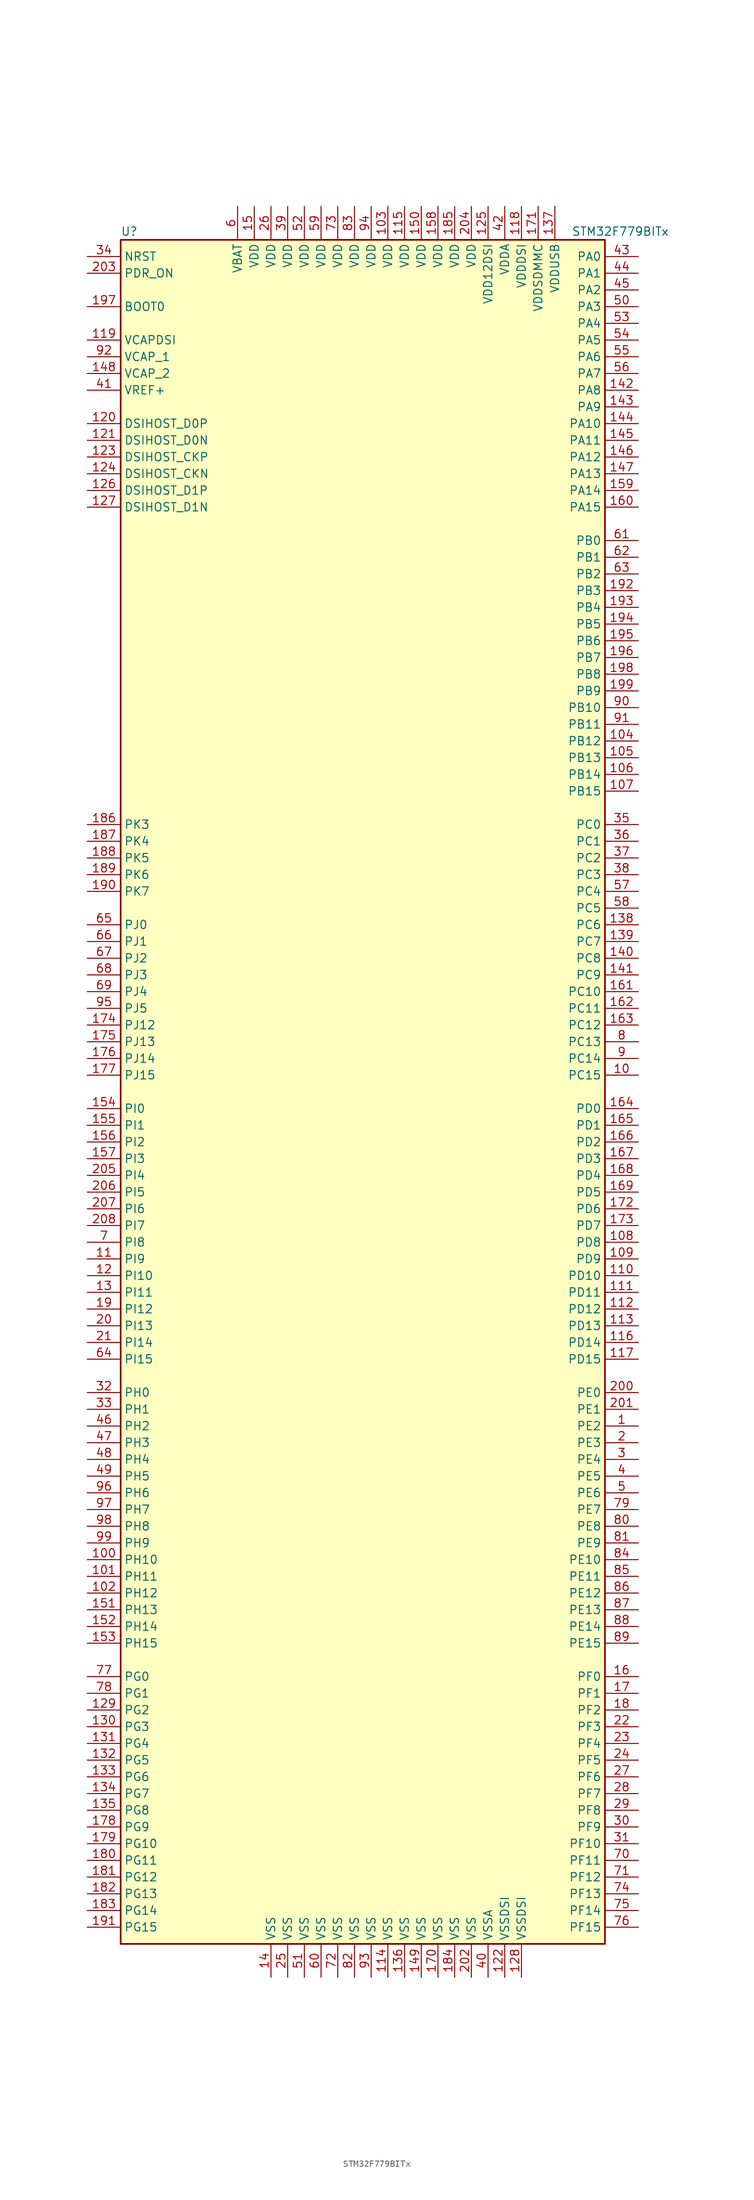
<source format=kicad_sym>
(kicad_symbol_lib
  (version 20211014)
  (generator kicad_symbol_editor)
  (symbol "STM32F779BITx"
    (property "Reference" "U"
      (at -38.1 130.81 0)
      (effects (font (size 1.27 1.27)) (justify left)))
    (property "Value" "STM32F779BITx"
      (at 30.48 130.81 0)
      (effects (font (size 1.27 1.27)) (justify left)))
    (symbol "STM32F779BITx_0_1"
      (rectangle (start -38.1 -129.54) (end 35.56 129.54) (stroke (width 0.254) (type default) (color 0 0 0 0)) (fill (type background))))
    (symbol "STM32F779BITx_1_1"
      (pin bidirectional line (at 40.64 -50.8 180) (length 5.08) (name "PE2" (effects (font (size 1.27 1.27)))) (number "1" (effects (font (size 1.27 1.27)))))
      (pin bidirectional line (at 40.64 2.54 180) (length 5.08) (name "PC15" (effects (font (size 1.27 1.27)))) (number "10" (effects (font (size 1.27 1.27)))))
      (pin bidirectional line (at -43.18 -71.12 0) (length 5.08) (name "PH10" (effects (font (size 1.27 1.27)))) (number "100" (effects (font (size 1.27 1.27)))))
      (pin bidirectional line (at -43.18 -73.66 0) (length 5.08) (name "PH11" (effects (font (size 1.27 1.27)))) (number "101" (effects (font (size 1.27 1.27)))))
      (pin bidirectional line (at -43.18 -76.2 0) (length 5.08) (name "PH12" (effects (font (size 1.27 1.27)))) (number "102" (effects (font (size 1.27 1.27)))))
      (pin power_in line (at 2.54 134.62 270) (length 5.08) (name "VDD" (effects (font (size 1.27 1.27)))) (number "103" (effects (font (size 1.27 1.27)))))
      (pin bidirectional line (at 40.64 53.34 180) (length 5.08) (name "PB12" (effects (font (size 1.27 1.27)))) (number "104" (effects (font (size 1.27 1.27)))))
      (pin bidirectional line (at 40.64 50.8 180) (length 5.08) (name "PB13" (effects (font (size 1.27 1.27)))) (number "105" (effects (font (size 1.27 1.27)))))
      (pin bidirectional line (at 40.64 48.26 180) (length 5.08) (name "PB14" (effects (font (size 1.27 1.27)))) (number "106" (effects (font (size 1.27 1.27)))))
      (pin bidirectional line (at 40.64 45.72 180) (length 5.08) (name "PB15" (effects (font (size 1.27 1.27)))) (number "107" (effects (font (size 1.27 1.27)))))
      (pin bidirectional line (at 40.64 -22.86 180) (length 5.08) (name "PD8" (effects (font (size 1.27 1.27)))) (number "108" (effects (font (size 1.27 1.27)))))
      (pin bidirectional line (at 40.64 -25.4 180) (length 5.08) (name "PD9" (effects (font (size 1.27 1.27)))) (number "109" (effects (font (size 1.27 1.27)))))
      (pin bidirectional line (at -43.18 -25.4 0) (length 5.08) (name "PI9" (effects (font (size 1.27 1.27)))) (number "11" (effects (font (size 1.27 1.27)))))
      (pin bidirectional line (at 40.64 -27.94 180) (length 5.08) (name "PD10" (effects (font (size 1.27 1.27)))) (number "110" (effects (font (size 1.27 1.27)))))
      (pin bidirectional line (at 40.64 -30.48 180) (length 5.08) (name "PD11" (effects (font (size 1.27 1.27)))) (number "111" (effects (font (size 1.27 1.27)))))
      (pin bidirectional line (at 40.64 -33.02 180) (length 5.08) (name "PD12" (effects (font (size 1.27 1.27)))) (number "112" (effects (font (size 1.27 1.27)))))
      (pin bidirectional line (at 40.64 -35.56 180) (length 5.08) (name "PD13" (effects (font (size 1.27 1.27)))) (number "113" (effects (font (size 1.27 1.27)))))
      (pin power_in line (at 2.54 -134.62 90) (length 5.08) (name "VSS" (effects (font (size 1.27 1.27)))) (number "114" (effects (font (size 1.27 1.27)))))
      (pin power_in line (at 5.08 134.62 270) (length 5.08) (name "VDD" (effects (font (size 1.27 1.27)))) (number "115" (effects (font (size 1.27 1.27)))))
      (pin bidirectional line (at 40.64 -38.1 180) (length 5.08) (name "PD14" (effects (font (size 1.27 1.27)))) (number "116" (effects (font (size 1.27 1.27)))))
      (pin bidirectional line (at 40.64 -40.64 180) (length 5.08) (name "PD15" (effects (font (size 1.27 1.27)))) (number "117" (effects (font (size 1.27 1.27)))))
      (pin power_in line (at 22.86 134.62 270) (length 5.08) (name "VDDDSI" (effects (font (size 1.27 1.27)))) (number "118" (effects (font (size 1.27 1.27)))))
      (pin power_in line (at -43.18 114.3 0) (length 5.08) (name "VCAPDSI" (effects (font (size 1.27 1.27)))) (number "119" (effects (font (size 1.27 1.27)))))
      (pin bidirectional line (at -43.18 -27.94 0) (length 5.08) (name "PI10" (effects (font (size 1.27 1.27)))) (number "12" (effects (font (size 1.27 1.27)))))
      (pin bidirectional line (at -43.18 101.6 0) (length 5.08) (name "DSIHOST_D0P" (effects (font (size 1.27 1.27)))) (number "120" (effects (font (size 1.27 1.27)))))
      (pin bidirectional line (at -43.18 99.06 0) (length 5.08) (name "DSIHOST_D0N" (effects (font (size 1.27 1.27)))) (number "121" (effects (font (size 1.27 1.27)))))
      (pin power_in line (at 20.32 -134.62 90) (length 5.08) (name "VSSDSI" (effects (font (size 1.27 1.27)))) (number "122" (effects (font (size 1.27 1.27)))))
      (pin bidirectional line (at -43.18 96.52 0) (length 5.08) (name "DSIHOST_CKP" (effects (font (size 1.27 1.27)))) (number "123" (effects (font (size 1.27 1.27)))))
      (pin bidirectional line (at -43.18 93.98 0) (length 5.08) (name "DSIHOST_CKN" (effects (font (size 1.27 1.27)))) (number "124" (effects (font (size 1.27 1.27)))))
      (pin power_in line (at 17.78 134.62 270) (length 5.08) (name "VDD12DSI" (effects (font (size 1.27 1.27)))) (number "125" (effects (font (size 1.27 1.27)))))
      (pin bidirectional line (at -43.18 91.44 0) (length 5.08) (name "DSIHOST_D1P" (effects (font (size 1.27 1.27)))) (number "126" (effects (font (size 1.27 1.27)))))
      (pin bidirectional line (at -43.18 88.9 0) (length 5.08) (name "DSIHOST_D1N" (effects (font (size 1.27 1.27)))) (number "127" (effects (font (size 1.27 1.27)))))
      (pin power_in line (at 22.86 -134.62 90) (length 5.08) (name "VSSDSI" (effects (font (size 1.27 1.27)))) (number "128" (effects (font (size 1.27 1.27)))))
      (pin bidirectional line (at -43.18 -93.98 0) (length 5.08) (name "PG2" (effects (font (size 1.27 1.27)))) (number "129" (effects (font (size 1.27 1.27)))))
      (pin bidirectional line (at -43.18 -30.48 0) (length 5.08) (name "PI11" (effects (font (size 1.27 1.27)))) (number "13" (effects (font (size 1.27 1.27)))))
      (pin bidirectional line (at -43.18 -96.52 0) (length 5.08) (name "PG3" (effects (font (size 1.27 1.27)))) (number "130" (effects (font (size 1.27 1.27)))))
      (pin bidirectional line (at -43.18 -99.06 0) (length 5.08) (name "PG4" (effects (font (size 1.27 1.27)))) (number "131" (effects (font (size 1.27 1.27)))))
      (pin bidirectional line (at -43.18 -101.6 0) (length 5.08) (name "PG5" (effects (font (size 1.27 1.27)))) (number "132" (effects (font (size 1.27 1.27)))))
      (pin bidirectional line (at -43.18 -104.14 0) (length 5.08) (name "PG6" (effects (font (size 1.27 1.27)))) (number "133" (effects (font (size 1.27 1.27)))))
      (pin bidirectional line (at -43.18 -106.68 0) (length 5.08) (name "PG7" (effects (font (size 1.27 1.27)))) (number "134" (effects (font (size 1.27 1.27)))))
      (pin bidirectional line (at -43.18 -109.22 0) (length 5.08) (name "PG8" (effects (font (size 1.27 1.27)))) (number "135" (effects (font (size 1.27 1.27)))))
      (pin power_in line (at 5.08 -134.62 90) (length 5.08) (name "VSS" (effects (font (size 1.27 1.27)))) (number "136" (effects (font (size 1.27 1.27)))))
      (pin power_in line (at 27.94 134.62 270) (length 5.08) (name "VDDUSB" (effects (font (size 1.27 1.27)))) (number "137" (effects (font (size 1.27 1.27)))))
      (pin bidirectional line (at 40.64 25.4 180) (length 5.08) (name "PC6" (effects (font (size 1.27 1.27)))) (number "138" (effects (font (size 1.27 1.27)))))
      (pin bidirectional line (at 40.64 22.86 180) (length 5.08) (name "PC7" (effects (font (size 1.27 1.27)))) (number "139" (effects (font (size 1.27 1.27)))))
      (pin power_in line (at -15.24 -134.62 90) (length 5.08) (name "VSS" (effects (font (size 1.27 1.27)))) (number "14" (effects (font (size 1.27 1.27)))))
      (pin bidirectional line (at 40.64 20.32 180) (length 5.08) (name "PC8" (effects (font (size 1.27 1.27)))) (number "140" (effects (font (size 1.27 1.27)))))
      (pin bidirectional line (at 40.64 17.78 180) (length 5.08) (name "PC9" (effects (font (size 1.27 1.27)))) (number "141" (effects (font (size 1.27 1.27)))))
      (pin bidirectional line (at 40.64 106.68 180) (length 5.08) (name "PA8" (effects (font (size 1.27 1.27)))) (number "142" (effects (font (size 1.27 1.27)))))
      (pin bidirectional line (at 40.64 104.14 180) (length 5.08) (name "PA9" (effects (font (size 1.27 1.27)))) (number "143" (effects (font (size 1.27 1.27)))))
      (pin bidirectional line (at 40.64 101.6 180) (length 5.08) (name "PA10" (effects (font (size 1.27 1.27)))) (number "144" (effects (font (size 1.27 1.27)))))
      (pin bidirectional line (at 40.64 99.06 180) (length 5.08) (name "PA11" (effects (font (size 1.27 1.27)))) (number "145" (effects (font (size 1.27 1.27)))))
      (pin bidirectional line (at 40.64 96.52 180) (length 5.08) (name "PA12" (effects (font (size 1.27 1.27)))) (number "146" (effects (font (size 1.27 1.27)))))
      (pin bidirectional line (at 40.64 93.98 180) (length 5.08) (name "PA13" (effects (font (size 1.27 1.27)))) (number "147" (effects (font (size 1.27 1.27)))))
      (pin power_in line (at -43.18 109.22 0) (length 5.08) (name "VCAP_2" (effects (font (size 1.27 1.27)))) (number "148" (effects (font (size 1.27 1.27)))))
      (pin power_in line (at 7.62 -134.62 90) (length 5.08) (name "VSS" (effects (font (size 1.27 1.27)))) (number "149" (effects (font (size 1.27 1.27)))))
      (pin power_in line (at -17.78 134.62 270) (length 5.08) (name "VDD" (effects (font (size 1.27 1.27)))) (number "15" (effects (font (size 1.27 1.27)))))
      (pin power_in line (at 7.62 134.62 270) (length 5.08) (name "VDD" (effects (font (size 1.27 1.27)))) (number "150" (effects (font (size 1.27 1.27)))))
      (pin bidirectional line (at -43.18 -78.74 0) (length 5.08) (name "PH13" (effects (font (size 1.27 1.27)))) (number "151" (effects (font (size 1.27 1.27)))))
      (pin bidirectional line (at -43.18 -81.28 0) (length 5.08) (name "PH14" (effects (font (size 1.27 1.27)))) (number "152" (effects (font (size 1.27 1.27)))))
      (pin bidirectional line (at -43.18 -83.82 0) (length 5.08) (name "PH15" (effects (font (size 1.27 1.27)))) (number "153" (effects (font (size 1.27 1.27)))))
      (pin bidirectional line (at -43.18 -2.54 0) (length 5.08) (name "PI0" (effects (font (size 1.27 1.27)))) (number "154" (effects (font (size 1.27 1.27)))))
      (pin bidirectional line (at -43.18 -5.08 0) (length 5.08) (name "PI1" (effects (font (size 1.27 1.27)))) (number "155" (effects (font (size 1.27 1.27)))))
      (pin bidirectional line (at -43.18 -7.62 0) (length 5.08) (name "PI2" (effects (font (size 1.27 1.27)))) (number "156" (effects (font (size 1.27 1.27)))))
      (pin bidirectional line (at -43.18 -10.16 0) (length 5.08) (name "PI3" (effects (font (size 1.27 1.27)))) (number "157" (effects (font (size 1.27 1.27)))))
      (pin power_in line (at 10.16 134.62 270) (length 5.08) (name "VDD" (effects (font (size 1.27 1.27)))) (number "158" (effects (font (size 1.27 1.27)))))
      (pin bidirectional line (at 40.64 91.44 180) (length 5.08) (name "PA14" (effects (font (size 1.27 1.27)))) (number "159" (effects (font (size 1.27 1.27)))))
      (pin bidirectional line (at 40.64 -88.9 180) (length 5.08) (name "PF0" (effects (font (size 1.27 1.27)))) (number "16" (effects (font (size 1.27 1.27)))))
      (pin bidirectional line (at 40.64 88.9 180) (length 5.08) (name "PA15" (effects (font (size 1.27 1.27)))) (number "160" (effects (font (size 1.27 1.27)))))
      (pin bidirectional line (at 40.64 15.24 180) (length 5.08) (name "PC10" (effects (font (size 1.27 1.27)))) (number "161" (effects (font (size 1.27 1.27)))))
      (pin bidirectional line (at 40.64 12.7 180) (length 5.08) (name "PC11" (effects (font (size 1.27 1.27)))) (number "162" (effects (font (size 1.27 1.27)))))
      (pin bidirectional line (at 40.64 10.16 180) (length 5.08) (name "PC12" (effects (font (size 1.27 1.27)))) (number "163" (effects (font (size 1.27 1.27)))))
      (pin bidirectional line (at 40.64 -2.54 180) (length 5.08) (name "PD0" (effects (font (size 1.27 1.27)))) (number "164" (effects (font (size 1.27 1.27)))))
      (pin bidirectional line (at 40.64 -5.08 180) (length 5.08) (name "PD1" (effects (font (size 1.27 1.27)))) (number "165" (effects (font (size 1.27 1.27)))))
      (pin bidirectional line (at 40.64 -7.62 180) (length 5.08) (name "PD2" (effects (font (size 1.27 1.27)))) (number "166" (effects (font (size 1.27 1.27)))))
      (pin bidirectional line (at 40.64 -10.16 180) (length 5.08) (name "PD3" (effects (font (size 1.27 1.27)))) (number "167" (effects (font (size 1.27 1.27)))))
      (pin bidirectional line (at 40.64 -12.7 180) (length 5.08) (name "PD4" (effects (font (size 1.27 1.27)))) (number "168" (effects (font (size 1.27 1.27)))))
      (pin bidirectional line (at 40.64 -15.24 180) (length 5.08) (name "PD5" (effects (font (size 1.27 1.27)))) (number "169" (effects (font (size 1.27 1.27)))))
      (pin bidirectional line (at 40.64 -91.44 180) (length 5.08) (name "PF1" (effects (font (size 1.27 1.27)))) (number "17" (effects (font (size 1.27 1.27)))))
      (pin power_in line (at 10.16 -134.62 90) (length 5.08) (name "VSS" (effects (font (size 1.27 1.27)))) (number "170" (effects (font (size 1.27 1.27)))))
      (pin power_in line (at 25.4 134.62 270) (length 5.08) (name "VDDSDMMC" (effects (font (size 1.27 1.27)))) (number "171" (effects (font (size 1.27 1.27)))))
      (pin bidirectional line (at 40.64 -17.78 180) (length 5.08) (name "PD6" (effects (font (size 1.27 1.27)))) (number "172" (effects (font (size 1.27 1.27)))))
      (pin bidirectional line (at 40.64 -20.32 180) (length 5.08) (name "PD7" (effects (font (size 1.27 1.27)))) (number "173" (effects (font (size 1.27 1.27)))))
      (pin bidirectional line (at -43.18 10.16 0) (length 5.08) (name "PJ12" (effects (font (size 1.27 1.27)))) (number "174" (effects (font (size 1.27 1.27)))))
      (pin bidirectional line (at -43.18 7.62 0) (length 5.08) (name "PJ13" (effects (font (size 1.27 1.27)))) (number "175" (effects (font (size 1.27 1.27)))))
      (pin bidirectional line (at -43.18 5.08 0) (length 5.08) (name "PJ14" (effects (font (size 1.27 1.27)))) (number "176" (effects (font (size 1.27 1.27)))))
      (pin bidirectional line (at -43.18 2.54 0) (length 5.08) (name "PJ15" (effects (font (size 1.27 1.27)))) (number "177" (effects (font (size 1.27 1.27)))))
      (pin bidirectional line (at -43.18 -111.76 0) (length 5.08) (name "PG9" (effects (font (size 1.27 1.27)))) (number "178" (effects (font (size 1.27 1.27)))))
      (pin bidirectional line (at -43.18 -114.3 0) (length 5.08) (name "PG10" (effects (font (size 1.27 1.27)))) (number "179" (effects (font (size 1.27 1.27)))))
      (pin bidirectional line (at 40.64 -93.98 180) (length 5.08) (name "PF2" (effects (font (size 1.27 1.27)))) (number "18" (effects (font (size 1.27 1.27)))))
      (pin bidirectional line (at -43.18 -116.84 0) (length 5.08) (name "PG11" (effects (font (size 1.27 1.27)))) (number "180" (effects (font (size 1.27 1.27)))))
      (pin bidirectional line (at -43.18 -119.38 0) (length 5.08) (name "PG12" (effects (font (size 1.27 1.27)))) (number "181" (effects (font (size 1.27 1.27)))))
      (pin bidirectional line (at -43.18 -121.92 0) (length 5.08) (name "PG13" (effects (font (size 1.27 1.27)))) (number "182" (effects (font (size 1.27 1.27)))))
      (pin bidirectional line (at -43.18 -124.46 0) (length 5.08) (name "PG14" (effects (font (size 1.27 1.27)))) (number "183" (effects (font (size 1.27 1.27)))))
      (pin power_in line (at 12.7 -134.62 90) (length 5.08) (name "VSS" (effects (font (size 1.27 1.27)))) (number "184" (effects (font (size 1.27 1.27)))))
      (pin power_in line (at 12.7 134.62 270) (length 5.08) (name "VDD" (effects (font (size 1.27 1.27)))) (number "185" (effects (font (size 1.27 1.27)))))
      (pin bidirectional line (at -43.18 40.64 0) (length 5.08) (name "PK3" (effects (font (size 1.27 1.27)))) (number "186" (effects (font (size 1.27 1.27)))))
      (pin bidirectional line (at -43.18 38.1 0) (length 5.08) (name "PK4" (effects (font (size 1.27 1.27)))) (number "187" (effects (font (size 1.27 1.27)))))
      (pin bidirectional line (at -43.18 35.56 0) (length 5.08) (name "PK5" (effects (font (size 1.27 1.27)))) (number "188" (effects (font (size 1.27 1.27)))))
      (pin bidirectional line (at -43.18 33.02 0) (length 5.08) (name "PK6" (effects (font (size 1.27 1.27)))) (number "189" (effects (font (size 1.27 1.27)))))
      (pin bidirectional line (at -43.18 -33.02 0) (length 5.08) (name "PI12" (effects (font (size 1.27 1.27)))) (number "19" (effects (font (size 1.27 1.27)))))
      (pin bidirectional line (at -43.18 30.48 0) (length 5.08) (name "PK7" (effects (font (size 1.27 1.27)))) (number "190" (effects (font (size 1.27 1.27)))))
      (pin bidirectional line (at -43.18 -127 0) (length 5.08) (name "PG15" (effects (font (size 1.27 1.27)))) (number "191" (effects (font (size 1.27 1.27)))))
      (pin bidirectional line (at 40.64 76.2 180) (length 5.08) (name "PB3" (effects (font (size 1.27 1.27)))) (number "192" (effects (font (size 1.27 1.27)))))
      (pin bidirectional line (at 40.64 73.66 180) (length 5.08) (name "PB4" (effects (font (size 1.27 1.27)))) (number "193" (effects (font (size 1.27 1.27)))))
      (pin bidirectional line (at 40.64 71.12 180) (length 5.08) (name "PB5" (effects (font (size 1.27 1.27)))) (number "194" (effects (font (size 1.27 1.27)))))
      (pin bidirectional line (at 40.64 68.58 180) (length 5.08) (name "PB6" (effects (font (size 1.27 1.27)))) (number "195" (effects (font (size 1.27 1.27)))))
      (pin bidirectional line (at 40.64 66.04 180) (length 5.08) (name "PB7" (effects (font (size 1.27 1.27)))) (number "196" (effects (font (size 1.27 1.27)))))
      (pin input line (at -43.18 119.38 0) (length 5.08) (name "BOOT0" (effects (font (size 1.27 1.27)))) (number "197" (effects (font (size 1.27 1.27)))))
      (pin bidirectional line (at 40.64 63.5 180) (length 5.08) (name "PB8" (effects (font (size 1.27 1.27)))) (number "198" (effects (font (size 1.27 1.27)))))
      (pin bidirectional line (at 40.64 60.96 180) (length 5.08) (name "PB9" (effects (font (size 1.27 1.27)))) (number "199" (effects (font (size 1.27 1.27)))))
      (pin bidirectional line (at 40.64 -53.34 180) (length 5.08) (name "PE3" (effects (font (size 1.27 1.27)))) (number "2" (effects (font (size 1.27 1.27)))))
      (pin bidirectional line (at -43.18 -35.56 0) (length 5.08) (name "PI13" (effects (font (size 1.27 1.27)))) (number "20" (effects (font (size 1.27 1.27)))))
      (pin bidirectional line (at 40.64 -45.72 180) (length 5.08) (name "PE0" (effects (font (size 1.27 1.27)))) (number "200" (effects (font (size 1.27 1.27)))))
      (pin bidirectional line (at 40.64 -48.26 180) (length 5.08) (name "PE1" (effects (font (size 1.27 1.27)))) (number "201" (effects (font (size 1.27 1.27)))))
      (pin power_in line (at 15.24 -134.62 90) (length 5.08) (name "VSS" (effects (font (size 1.27 1.27)))) (number "202" (effects (font (size 1.27 1.27)))))
      (pin input line (at -43.18 124.46 0) (length 5.08) (name "PDR_ON" (effects (font (size 1.27 1.27)))) (number "203" (effects (font (size 1.27 1.27)))))
      (pin power_in line (at 15.24 134.62 270) (length 5.08) (name "VDD" (effects (font (size 1.27 1.27)))) (number "204" (effects (font (size 1.27 1.27)))))
      (pin bidirectional line (at -43.18 -12.7 0) (length 5.08) (name "PI4" (effects (font (size 1.27 1.27)))) (number "205" (effects (font (size 1.27 1.27)))))
      (pin bidirectional line (at -43.18 -15.24 0) (length 5.08) (name "PI5" (effects (font (size 1.27 1.27)))) (number "206" (effects (font (size 1.27 1.27)))))
      (pin bidirectional line (at -43.18 -17.78 0) (length 5.08) (name "PI6" (effects (font (size 1.27 1.27)))) (number "207" (effects (font (size 1.27 1.27)))))
      (pin bidirectional line (at -43.18 -20.32 0) (length 5.08) (name "PI7" (effects (font (size 1.27 1.27)))) (number "208" (effects (font (size 1.27 1.27)))))
      (pin bidirectional line (at -43.18 -38.1 0) (length 5.08) (name "PI14" (effects (font (size 1.27 1.27)))) (number "21" (effects (font (size 1.27 1.27)))))
      (pin bidirectional line (at 40.64 -96.52 180) (length 5.08) (name "PF3" (effects (font (size 1.27 1.27)))) (number "22" (effects (font (size 1.27 1.27)))))
      (pin bidirectional line (at 40.64 -99.06 180) (length 5.08) (name "PF4" (effects (font (size 1.27 1.27)))) (number "23" (effects (font (size 1.27 1.27)))))
      (pin bidirectional line (at 40.64 -101.6 180) (length 5.08) (name "PF5" (effects (font (size 1.27 1.27)))) (number "24" (effects (font (size 1.27 1.27)))))
      (pin power_in line (at -12.7 -134.62 90) (length 5.08) (name "VSS" (effects (font (size 1.27 1.27)))) (number "25" (effects (font (size 1.27 1.27)))))
      (pin power_in line (at -15.24 134.62 270) (length 5.08) (name "VDD" (effects (font (size 1.27 1.27)))) (number "26" (effects (font (size 1.27 1.27)))))
      (pin bidirectional line (at 40.64 -104.14 180) (length 5.08) (name "PF6" (effects (font (size 1.27 1.27)))) (number "27" (effects (font (size 1.27 1.27)))))
      (pin bidirectional line (at 40.64 -106.68 180) (length 5.08) (name "PF7" (effects (font (size 1.27 1.27)))) (number "28" (effects (font (size 1.27 1.27)))))
      (pin bidirectional line (at 40.64 -109.22 180) (length 5.08) (name "PF8" (effects (font (size 1.27 1.27)))) (number "29" (effects (font (size 1.27 1.27)))))
      (pin bidirectional line (at 40.64 -55.88 180) (length 5.08) (name "PE4" (effects (font (size 1.27 1.27)))) (number "3" (effects (font (size 1.27 1.27)))))
      (pin bidirectional line (at 40.64 -111.76 180) (length 5.08) (name "PF9" (effects (font (size 1.27 1.27)))) (number "30" (effects (font (size 1.27 1.27)))))
      (pin bidirectional line (at 40.64 -114.3 180) (length 5.08) (name "PF10" (effects (font (size 1.27 1.27)))) (number "31" (effects (font (size 1.27 1.27)))))
      (pin input line (at -43.18 -45.72 0) (length 5.08) (name "PH0" (effects (font (size 1.27 1.27)))) (number "32" (effects (font (size 1.27 1.27)))))
      (pin input line (at -43.18 -48.26 0) (length 5.08) (name "PH1" (effects (font (size 1.27 1.27)))) (number "33" (effects (font (size 1.27 1.27)))))
      (pin input line (at -43.18 127 0) (length 5.08) (name "NRST" (effects (font (size 1.27 1.27)))) (number "34" (effects (font (size 1.27 1.27)))))
      (pin bidirectional line (at 40.64 40.64 180) (length 5.08) (name "PC0" (effects (font (size 1.27 1.27)))) (number "35" (effects (font (size 1.27 1.27)))))
      (pin bidirectional line (at 40.64 38.1 180) (length 5.08) (name "PC1" (effects (font (size 1.27 1.27)))) (number "36" (effects (font (size 1.27 1.27)))))
      (pin bidirectional line (at 40.64 35.56 180) (length 5.08) (name "PC2" (effects (font (size 1.27 1.27)))) (number "37" (effects (font (size 1.27 1.27)))))
      (pin bidirectional line (at 40.64 33.02 180) (length 5.08) (name "PC3" (effects (font (size 1.27 1.27)))) (number "38" (effects (font (size 1.27 1.27)))))
      (pin power_in line (at -12.7 134.62 270) (length 5.08) (name "VDD" (effects (font (size 1.27 1.27)))) (number "39" (effects (font (size 1.27 1.27)))))
      (pin bidirectional line (at 40.64 -58.42 180) (length 5.08) (name "PE5" (effects (font (size 1.27 1.27)))) (number "4" (effects (font (size 1.27 1.27)))))
      (pin power_in line (at 17.78 -134.62 90) (length 5.08) (name "VSSA" (effects (font (size 1.27 1.27)))) (number "40" (effects (font (size 1.27 1.27)))))
      (pin power_in line (at -43.18 106.68 0) (length 5.08) (name "VREF+" (effects (font (size 1.27 1.27)))) (number "41" (effects (font (size 1.27 1.27)))))
      (pin power_in line (at 20.32 134.62 270) (length 5.08) (name "VDDA" (effects (font (size 1.27 1.27)))) (number "42" (effects (font (size 1.27 1.27)))))
      (pin bidirectional line (at 40.64 127 180) (length 5.08) (name "PA0" (effects (font (size 1.27 1.27)))) (number "43" (effects (font (size 1.27 1.27)))))
      (pin bidirectional line (at 40.64 124.46 180) (length 5.08) (name "PA1" (effects (font (size 1.27 1.27)))) (number "44" (effects (font (size 1.27 1.27)))))
      (pin bidirectional line (at 40.64 121.92 180) (length 5.08) (name "PA2" (effects (font (size 1.27 1.27)))) (number "45" (effects (font (size 1.27 1.27)))))
      (pin bidirectional line (at -43.18 -50.8 0) (length 5.08) (name "PH2" (effects (font (size 1.27 1.27)))) (number "46" (effects (font (size 1.27 1.27)))))
      (pin bidirectional line (at -43.18 -53.34 0) (length 5.08) (name "PH3" (effects (font (size 1.27 1.27)))) (number "47" (effects (font (size 1.27 1.27)))))
      (pin bidirectional line (at -43.18 -55.88 0) (length 5.08) (name "PH4" (effects (font (size 1.27 1.27)))) (number "48" (effects (font (size 1.27 1.27)))))
      (pin bidirectional line (at -43.18 -58.42 0) (length 5.08) (name "PH5" (effects (font (size 1.27 1.27)))) (number "49" (effects (font (size 1.27 1.27)))))
      (pin bidirectional line (at 40.64 -60.96 180) (length 5.08) (name "PE6" (effects (font (size 1.27 1.27)))) (number "5" (effects (font (size 1.27 1.27)))))
      (pin bidirectional line (at 40.64 119.38 180) (length 5.08) (name "PA3" (effects (font (size 1.27 1.27)))) (number "50" (effects (font (size 1.27 1.27)))))
      (pin power_in line (at -10.16 -134.62 90) (length 5.08) (name "VSS" (effects (font (size 1.27 1.27)))) (number "51" (effects (font (size 1.27 1.27)))))
      (pin power_in line (at -10.16 134.62 270) (length 5.08) (name "VDD" (effects (font (size 1.27 1.27)))) (number "52" (effects (font (size 1.27 1.27)))))
      (pin bidirectional line (at 40.64 116.84 180) (length 5.08) (name "PA4" (effects (font (size 1.27 1.27)))) (number "53" (effects (font (size 1.27 1.27)))))
      (pin bidirectional line (at 40.64 114.3 180) (length 5.08) (name "PA5" (effects (font (size 1.27 1.27)))) (number "54" (effects (font (size 1.27 1.27)))))
      (pin bidirectional line (at 40.64 111.76 180) (length 5.08) (name "PA6" (effects (font (size 1.27 1.27)))) (number "55" (effects (font (size 1.27 1.27)))))
      (pin bidirectional line (at 40.64 109.22 180) (length 5.08) (name "PA7" (effects (font (size 1.27 1.27)))) (number "56" (effects (font (size 1.27 1.27)))))
      (pin bidirectional line (at 40.64 30.48 180) (length 5.08) (name "PC4" (effects (font (size 1.27 1.27)))) (number "57" (effects (font (size 1.27 1.27)))))
      (pin bidirectional line (at 40.64 27.94 180) (length 5.08) (name "PC5" (effects (font (size 1.27 1.27)))) (number "58" (effects (font (size 1.27 1.27)))))
      (pin power_in line (at -7.62 134.62 270) (length 5.08) (name "VDD" (effects (font (size 1.27 1.27)))) (number "59" (effects (font (size 1.27 1.27)))))
      (pin power_in line (at -20.32 134.62 270) (length 5.08) (name "VBAT" (effects (font (size 1.27 1.27)))) (number "6" (effects (font (size 1.27 1.27)))))
      (pin power_in line (at -7.62 -134.62 90) (length 5.08) (name "VSS" (effects (font (size 1.27 1.27)))) (number "60" (effects (font (size 1.27 1.27)))))
      (pin bidirectional line (at 40.64 83.82 180) (length 5.08) (name "PB0" (effects (font (size 1.27 1.27)))) (number "61" (effects (font (size 1.27 1.27)))))
      (pin bidirectional line (at 40.64 81.28 180) (length 5.08) (name "PB1" (effects (font (size 1.27 1.27)))) (number "62" (effects (font (size 1.27 1.27)))))
      (pin bidirectional line (at 40.64 78.74 180) (length 5.08) (name "PB2" (effects (font (size 1.27 1.27)))) (number "63" (effects (font (size 1.27 1.27)))))
      (pin bidirectional line (at -43.18 -40.64 0) (length 5.08) (name "PI15" (effects (font (size 1.27 1.27)))) (number "64" (effects (font (size 1.27 1.27)))))
      (pin bidirectional line (at -43.18 25.4 0) (length 5.08) (name "PJ0" (effects (font (size 1.27 1.27)))) (number "65" (effects (font (size 1.27 1.27)))))
      (pin bidirectional line (at -43.18 22.86 0) (length 5.08) (name "PJ1" (effects (font (size 1.27 1.27)))) (number "66" (effects (font (size 1.27 1.27)))))
      (pin bidirectional line (at -43.18 20.32 0) (length 5.08) (name "PJ2" (effects (font (size 1.27 1.27)))) (number "67" (effects (font (size 1.27 1.27)))))
      (pin bidirectional line (at -43.18 17.78 0) (length 5.08) (name "PJ3" (effects (font (size 1.27 1.27)))) (number "68" (effects (font (size 1.27 1.27)))))
      (pin bidirectional line (at -43.18 15.24 0) (length 5.08) (name "PJ4" (effects (font (size 1.27 1.27)))) (number "69" (effects (font (size 1.27 1.27)))))
      (pin bidirectional line (at -43.18 -22.86 0) (length 5.08) (name "PI8" (effects (font (size 1.27 1.27)))) (number "7" (effects (font (size 1.27 1.27)))))
      (pin bidirectional line (at 40.64 -116.84 180) (length 5.08) (name "PF11" (effects (font (size 1.27 1.27)))) (number "70" (effects (font (size 1.27 1.27)))))
      (pin bidirectional line (at 40.64 -119.38 180) (length 5.08) (name "PF12" (effects (font (size 1.27 1.27)))) (number "71" (effects (font (size 1.27 1.27)))))
      (pin power_in line (at -5.08 -134.62 90) (length 5.08) (name "VSS" (effects (font (size 1.27 1.27)))) (number "72" (effects (font (size 1.27 1.27)))))
      (pin power_in line (at -5.08 134.62 270) (length 5.08) (name "VDD" (effects (font (size 1.27 1.27)))) (number "73" (effects (font (size 1.27 1.27)))))
      (pin bidirectional line (at 40.64 -121.92 180) (length 5.08) (name "PF13" (effects (font (size 1.27 1.27)))) (number "74" (effects (font (size 1.27 1.27)))))
      (pin bidirectional line (at 40.64 -124.46 180) (length 5.08) (name "PF14" (effects (font (size 1.27 1.27)))) (number "75" (effects (font (size 1.27 1.27)))))
      (pin bidirectional line (at 40.64 -127 180) (length 5.08) (name "PF15" (effects (font (size 1.27 1.27)))) (number "76" (effects (font (size 1.27 1.27)))))
      (pin bidirectional line (at -43.18 -88.9 0) (length 5.08) (name "PG0" (effects (font (size 1.27 1.27)))) (number "77" (effects (font (size 1.27 1.27)))))
      (pin bidirectional line (at -43.18 -91.44 0) (length 5.08) (name "PG1" (effects (font (size 1.27 1.27)))) (number "78" (effects (font (size 1.27 1.27)))))
      (pin bidirectional line (at 40.64 -63.5 180) (length 5.08) (name "PE7" (effects (font (size 1.27 1.27)))) (number "79" (effects (font (size 1.27 1.27)))))
      (pin bidirectional line (at 40.64 7.62 180) (length 5.08) (name "PC13" (effects (font (size 1.27 1.27)))) (number "8" (effects (font (size 1.27 1.27)))))
      (pin bidirectional line (at 40.64 -66.04 180) (length 5.08) (name "PE8" (effects (font (size 1.27 1.27)))) (number "80" (effects (font (size 1.27 1.27)))))
      (pin bidirectional line (at 40.64 -68.58 180) (length 5.08) (name "PE9" (effects (font (size 1.27 1.27)))) (number "81" (effects (font (size 1.27 1.27)))))
      (pin power_in line (at -2.54 -134.62 90) (length 5.08) (name "VSS" (effects (font (size 1.27 1.27)))) (number "82" (effects (font (size 1.27 1.27)))))
      (pin power_in line (at -2.54 134.62 270) (length 5.08) (name "VDD" (effects (font (size 1.27 1.27)))) (number "83" (effects (font (size 1.27 1.27)))))
      (pin bidirectional line (at 40.64 -71.12 180) (length 5.08) (name "PE10" (effects (font (size 1.27 1.27)))) (number "84" (effects (font (size 1.27 1.27)))))
      (pin bidirectional line (at 40.64 -73.66 180) (length 5.08) (name "PE11" (effects (font (size 1.27 1.27)))) (number "85" (effects (font (size 1.27 1.27)))))
      (pin bidirectional line (at 40.64 -76.2 180) (length 5.08) (name "PE12" (effects (font (size 1.27 1.27)))) (number "86" (effects (font (size 1.27 1.27)))))
      (pin bidirectional line (at 40.64 -78.74 180) (length 5.08) (name "PE13" (effects (font (size 1.27 1.27)))) (number "87" (effects (font (size 1.27 1.27)))))
      (pin bidirectional line (at 40.64 -81.28 180) (length 5.08) (name "PE14" (effects (font (size 1.27 1.27)))) (number "88" (effects (font (size 1.27 1.27)))))
      (pin bidirectional line (at 40.64 -83.82 180) (length 5.08) (name "PE15" (effects (font (size 1.27 1.27)))) (number "89" (effects (font (size 1.27 1.27)))))
      (pin bidirectional line (at 40.64 5.08 180) (length 5.08) (name "PC14" (effects (font (size 1.27 1.27)))) (number "9" (effects (font (size 1.27 1.27)))))
      (pin bidirectional line (at 40.64 58.42 180) (length 5.08) (name "PB10" (effects (font (size 1.27 1.27)))) (number "90" (effects (font (size 1.27 1.27)))))
      (pin bidirectional line (at 40.64 55.88 180) (length 5.08) (name "PB11" (effects (font (size 1.27 1.27)))) (number "91" (effects (font (size 1.27 1.27)))))
      (pin power_in line (at -43.18 111.76 0) (length 5.08) (name "VCAP_1" (effects (font (size 1.27 1.27)))) (number "92" (effects (font (size 1.27 1.27)))))
      (pin power_in line (at 0 -134.62 90) (length 5.08) (name "VSS" (effects (font (size 1.27 1.27)))) (number "93" (effects (font (size 1.27 1.27)))))
      (pin power_in line (at 0 134.62 270) (length 5.08) (name "VDD" (effects (font (size 1.27 1.27)))) (number "94" (effects (font (size 1.27 1.27)))))
      (pin bidirectional line (at -43.18 12.7 0) (length 5.08) (name "PJ5" (effects (font (size 1.27 1.27)))) (number "95" (effects (font (size 1.27 1.27)))))
      (pin bidirectional line (at -43.18 -60.96 0) (length 5.08) (name "PH6" (effects (font (size 1.27 1.27)))) (number "96" (effects (font (size 1.27 1.27)))))
      (pin bidirectional line (at -43.18 -63.5 0) (length 5.08) (name "PH7" (effects (font (size 1.27 1.27)))) (number "97" (effects (font (size 1.27 1.27)))))
      (pin bidirectional line (at -43.18 -66.04 0) (length 5.08) (name "PH8" (effects (font (size 1.27 1.27)))) (number "98" (effects (font (size 1.27 1.27)))))
      (pin bidirectional line (at -43.18 -68.58 0) (length 5.08) (name "PH9" (effects (font (size 1.27 1.27)))) (number "99" (effects (font (size 1.27 1.27))))))))
</source>
